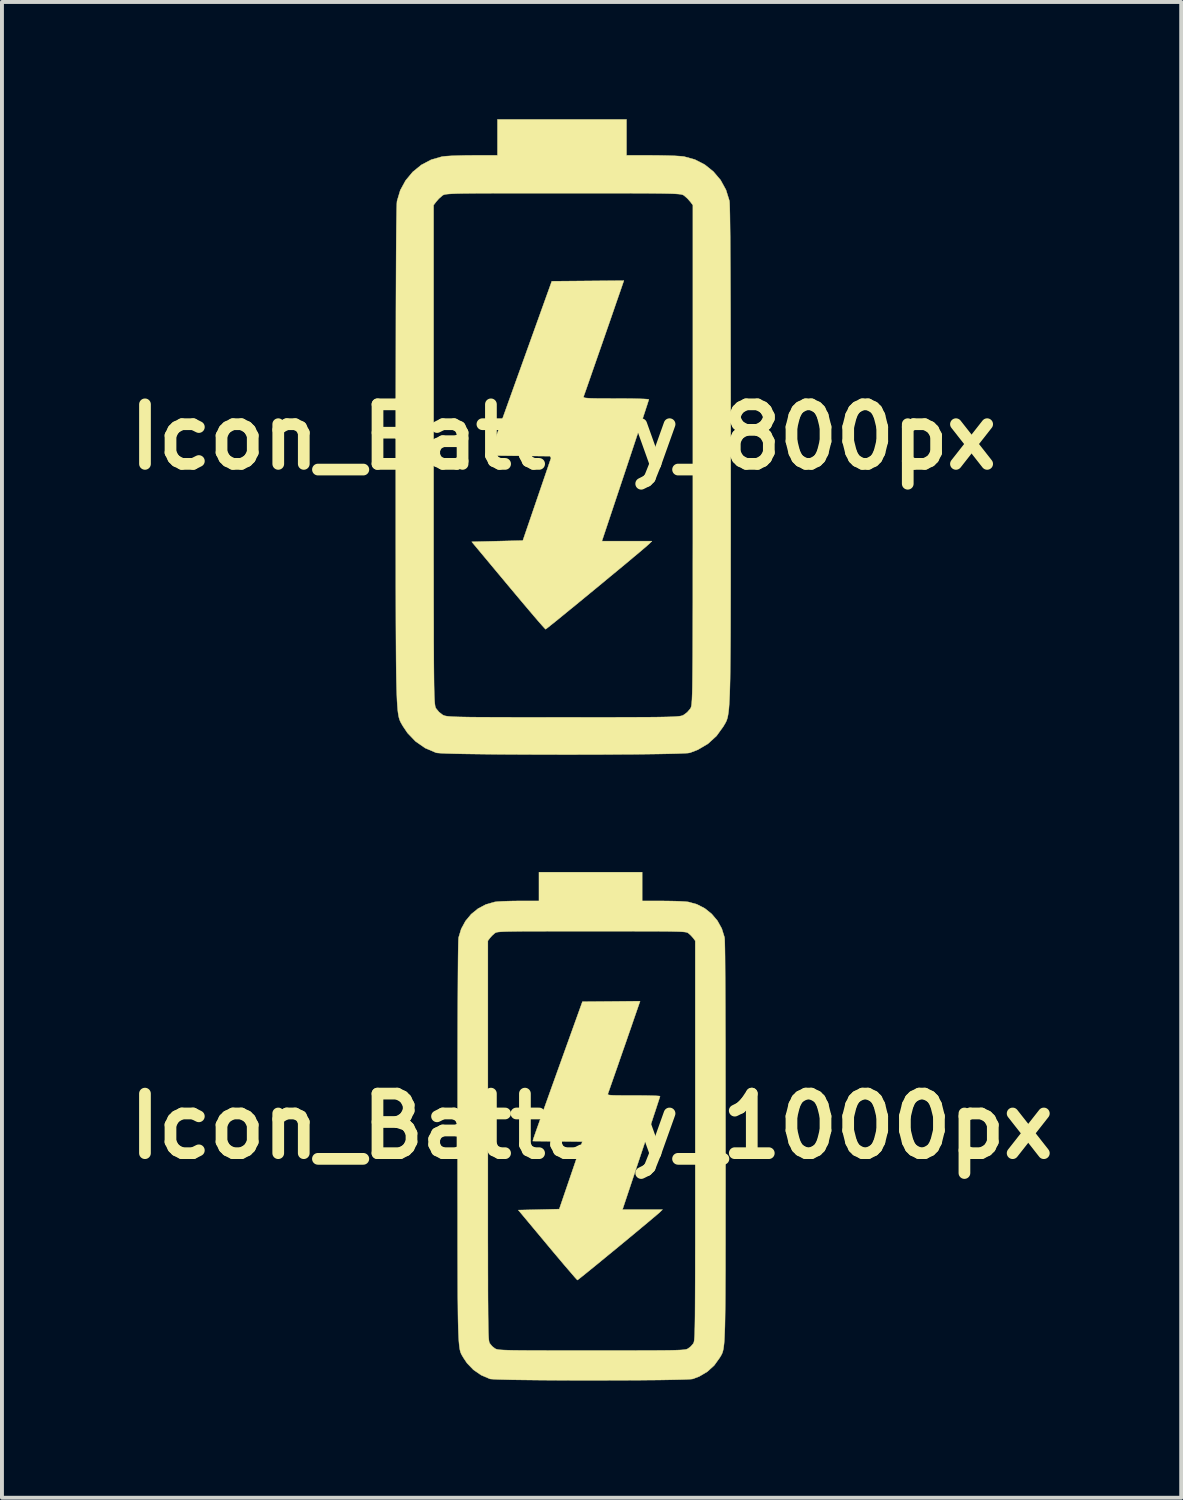
<source format=kicad_pcb>
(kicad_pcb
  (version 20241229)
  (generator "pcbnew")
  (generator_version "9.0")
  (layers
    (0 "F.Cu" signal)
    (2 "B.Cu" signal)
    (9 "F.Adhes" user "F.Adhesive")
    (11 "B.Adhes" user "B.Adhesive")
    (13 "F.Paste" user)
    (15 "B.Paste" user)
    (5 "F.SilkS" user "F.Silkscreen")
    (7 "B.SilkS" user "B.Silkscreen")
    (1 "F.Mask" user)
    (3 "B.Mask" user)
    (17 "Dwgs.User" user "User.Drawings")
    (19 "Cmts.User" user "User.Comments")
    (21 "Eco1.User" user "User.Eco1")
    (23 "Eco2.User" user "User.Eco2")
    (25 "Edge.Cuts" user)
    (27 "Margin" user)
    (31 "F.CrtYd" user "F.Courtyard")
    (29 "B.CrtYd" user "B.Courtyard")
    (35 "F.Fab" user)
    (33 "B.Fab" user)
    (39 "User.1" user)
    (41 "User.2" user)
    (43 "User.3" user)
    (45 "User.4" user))
  (footprint "Icon_Battery_800px"
    (layer "F.Cu")
    (at 11.365 8.133)
    (property "Reference" "Icon_Battery_800px" (at 0 0 0) (layer "F.SilkS") (effects (font (size 1.524 1.524) (thickness 0.3))))
    (attr through_hole)
    (fp_poly (pts (xy 1.462 -3.739) (xy 1.409 -3.587) (xy 1.344 -3.399) (xy 1.27 -3.183) (xy 1.188 -2.946) (xy 1.101 -2.696) (xy 1.012 -2.439) (xy 0.923 -2.184) (xy 0.837 -1.937) (xy 0.756 -1.705) (xy 0.684 -1.497) (xy 0.622 -1.319) (xy 0.573 -1.179) (xy 0.539 -1.084) (xy 0.524 -1.041) (xy 0.523 -1.04) (xy 0.52 -1.023) (xy 0.53 -1.01) (xy 0.56 -1) (xy 0.616 -0.994) (xy 0.706 -0.989) (xy 0.837 -0.986) (xy 1.015 -0.985) (xy 1.247 -0.984) (xy 1.346 -0.984) (xy 1.57 -0.983) (xy 1.772 -0.981) (xy 1.943 -0.977) (xy 2.075 -0.972) (xy 2.161 -0.966) (xy 2.191 -0.96) (xy 2.181 -0.926) (xy 2.153 -0.838) (xy 2.108 -0.7) (xy 2.048 -0.517) (xy 1.975 -0.296) (xy 1.891 -0.041) (xy 1.797 0.243) (xy 1.695 0.55) (xy 1.59 0.866) (xy 0.989 2.667) (xy 2.269 2.667) (xy 2.19 2.744) (xy 2.145 2.784) (xy 2.059 2.858) (xy 1.937 2.962) (xy 1.784 3.089) (xy 1.608 3.237) (xy 1.411 3.4) (xy 1.201 3.573) (xy 0.983 3.754) (xy 0.762 3.936) (xy 0.544 4.115) (xy 0.334 4.288) (xy 0.137 4.448) (xy -0.04 4.593) (xy -0.192 4.717) (xy -0.315 4.815) (xy -0.401 4.884) (xy -0.447 4.918) (xy -0.452 4.921) (xy -0.476 4.897) (xy -0.537 4.83) (xy -0.631 4.723) (xy -0.752 4.582) (xy -0.897 4.411) (xy -1.062 4.216) (xy -1.243 4) (xy -1.409 3.802) (xy -2.342 2.683) (xy -1.688 2.667) (xy -1.034 2.651) (xy -0.665 1.572) (xy -0.296 0.492) (xy -1.088 0.484) (xy -1.88 0.475) (xy -1.862 0.404) (xy -1.849 0.363) (xy -1.815 0.268) (xy -1.764 0.122) (xy -1.697 -0.069) (xy -1.615 -0.3) (xy -1.52 -0.566) (xy -1.414 -0.862) (xy -1.299 -1.183) (xy -1.176 -1.526) (xy -1.068 -1.826) (xy -0.293 -3.985) (xy 0.63 -3.993) (xy 1.552 -4.001) (xy 1.462 -3.739)) (stroke (width 0.01) (type solid)) (fill yes) (layer "F.SilkS"))
    (fp_poly (pts (xy 1.619 -7.207) (xy 2.262 -7.207) (xy 2.472 -7.205) (xy 2.673 -7.201) (xy 2.852 -7.195) (xy 2.995 -7.186) (xy 3.088 -7.177) (xy 3.092 -7.176) (xy 3.368 -7.1) (xy 3.621 -6.97) (xy 3.843 -6.792) (xy 4.027 -6.575) (xy 4.165 -6.324) (xy 4.251 -6.049) (xy 4.254 -6.036) (xy 4.258 -5.98) (xy 4.262 -5.861) (xy 4.266 -5.68) (xy 4.269 -5.435) (xy 4.273 -5.128) (xy 4.275 -4.76) (xy 4.278 -4.329) (xy 4.28 -3.837) (xy 4.282 -3.284) (xy 4.283 -2.67) (xy 4.284 -1.996) (xy 4.285 -1.261) (xy 4.286 -0.467) (xy 4.286 0.388) (xy 4.286 0.473) (xy 4.286 1.235) (xy 4.286 1.936) (xy 4.286 2.579) (xy 4.285 3.167) (xy 4.285 3.702) (xy 4.284 4.186) (xy 4.283 4.623) (xy 4.282 5.015) (xy 4.28 5.364) (xy 4.277 5.674) (xy 4.274 5.947) (xy 4.271 6.185) (xy 4.266 6.392) (xy 4.261 6.57) (xy 4.254 6.721) (xy 4.247 6.848) (xy 4.239 6.955) (xy 4.229 7.043) (xy 4.218 7.115) (xy 4.207 7.174) (xy 4.193 7.222) (xy 4.179 7.263) (xy 4.162 7.298) (xy 4.145 7.33) (xy 4.125 7.363) (xy 4.104 7.399) (xy 4.099 7.408) (xy 3.924 7.651) (xy 3.704 7.852) (xy 3.445 8.005) (xy 3.242 8.083) (xy 3.185 8.091) (xy 3.07 8.097) (xy 2.902 8.104) (xy 2.687 8.109) (xy 2.43 8.114) (xy 2.137 8.118) (xy 1.813 8.122) (xy 1.462 8.124) (xy 1.092 8.127) (xy 0.706 8.128) (xy 0.311 8.129) (xy -0.089 8.129) (xy -0.488 8.128) (xy -0.88 8.127) (xy -1.26 8.125) (xy -1.623 8.123) (xy -1.963 8.119) (xy -2.275 8.115) (xy -2.554 8.111) (xy -2.795 8.106) (xy -2.991 8.1) (xy -3.137 8.093) (xy -3.229 8.086) (xy -3.255 8.081) (xy -3.534 7.962) (xy -3.78 7.791) (xy -3.986 7.576) (xy -4.099 7.408) (xy -4.121 7.371) (xy -4.14 7.338) (xy -4.158 7.306) (xy -4.175 7.271) (xy -4.19 7.232) (xy -4.204 7.186) (xy -4.216 7.13) (xy -4.227 7.061) (xy -4.237 6.977) (xy -4.245 6.875) (xy -4.253 6.753) (xy -4.259 6.607) (xy -4.265 6.436) (xy -4.27 6.236) (xy -4.274 6.005) (xy -4.277 5.74) (xy -4.279 5.439) (xy -4.281 5.099) (xy -4.283 4.718) (xy -4.284 4.291) (xy -4.285 3.818) (xy -4.285 3.296) (xy -4.286 2.72) (xy -4.286 2.09) (xy -4.286 1.403) (xy -4.286 0.655) (xy -4.286 0.473) (xy -4.286 -0.387) (xy -4.285 -1.188) (xy -4.284 -1.928) (xy -4.283 -2.608) (xy -4.282 -3.228) (xy -4.28 -3.787) (xy -4.278 -4.285) (xy -4.276 -4.721) (xy -4.273 -5.096) (xy -4.27 -5.408) (xy -4.266 -5.659) (xy -4.263 -5.847) (xy -4.26 -5.933) (xy -3.318 -5.933) (xy -3.318 0.455) (xy -3.318 1.204) (xy -3.318 1.891) (xy -3.318 2.521) (xy -3.318 3.095) (xy -3.317 3.616) (xy -3.317 4.087) (xy -3.316 4.51) (xy -3.315 4.888) (xy -3.315 5.223) (xy -3.313 5.519) (xy -3.312 5.777) (xy -3.31 6.001) (xy -3.308 6.193) (xy -3.306 6.355) (xy -3.303 6.491) (xy -3.3 6.603) (xy -3.296 6.693) (xy -3.292 6.764) (xy -3.287 6.82) (xy -3.282 6.861) (xy -3.277 6.892) (xy -3.271 6.915) (xy -3.264 6.931) (xy -3.257 6.945) (xy -3.254 6.95) (xy -3.181 7.039) (xy -3.088 7.112) (xy -3.08 7.116) (xy -3.059 7.126) (xy -3.034 7.135) (xy -3 7.143) (xy -2.953 7.149) (xy -2.889 7.155) (xy -2.806 7.16) (xy -2.698 7.164) (xy -2.561 7.167) (xy -2.393 7.17) (xy -2.188 7.172) (xy -1.944 7.173) (xy -1.655 7.174) (xy -1.318 7.175) (xy -0.93 7.175) (xy -0.486 7.175) (xy -0.000001 7.176) (xy 0.502 7.175) (xy 0.944 7.175) (xy 1.331 7.175) (xy 1.666 7.174) (xy 1.953 7.173) (xy 2.196 7.172) (xy 2.399 7.17) (xy 2.567 7.167) (xy 2.702 7.164) (xy 2.809 7.16) (xy 2.892 7.155) (xy 2.955 7.149) (xy 3.001 7.143) (xy 3.035 7.135) (xy 3.06 7.126) (xy 3.08 7.116) (xy 3.173 7.047) (xy 3.25 6.957) (xy 3.254 6.95) (xy 3.262 6.936) (xy 3.269 6.921) (xy 3.275 6.901) (xy 3.281 6.873) (xy 3.286 6.835) (xy 3.29 6.785) (xy 3.295 6.72) (xy 3.298 6.636) (xy 3.302 6.532) (xy 3.305 6.405) (xy 3.307 6.252) (xy 3.309 6.07) (xy 3.311 5.858) (xy 3.313 5.612) (xy 3.314 5.329) (xy 3.315 5.008) (xy 3.316 4.645) (xy 3.317 4.238) (xy 3.317 3.784) (xy 3.317 3.281) (xy 3.318 2.725) (xy 3.318 2.115) (xy 3.318 1.447) (xy 3.318 0.72) (xy 3.318 0.455) (xy 3.318 -5.933) (xy 3.252 -6.02) (xy 3.177 -6.105) (xy 3.099 -6.173) (xy 3.084 -6.184) (xy 3.066 -6.194) (xy 3.042 -6.202) (xy 3.007 -6.21) (xy 2.958 -6.216) (xy 2.892 -6.221) (xy 2.804 -6.226) (xy 2.69 -6.229) (xy 2.546 -6.232) (xy 2.369 -6.234) (xy 2.155 -6.236) (xy 1.899 -6.237) (xy 1.599 -6.238) (xy 1.249 -6.239) (xy 0.847 -6.239) (xy 0.388 -6.239) (xy 0 -6.239) (xy -0.505 -6.239) (xy -0.949 -6.239) (xy -1.339 -6.238) (xy -1.676 -6.238) (xy -1.965 -6.237) (xy -2.21 -6.236) (xy -2.415 -6.234) (xy -2.584 -6.232) (xy -2.72 -6.229) (xy -2.827 -6.225) (xy -2.91 -6.22) (xy -2.972 -6.215) (xy -3.017 -6.208) (xy -3.048 -6.201) (xy -3.071 -6.192) (xy -3.088 -6.182) (xy -3.099 -6.173) (xy -3.184 -6.098) (xy -3.252 -6.02) (xy -3.318 -5.933) (xy -4.26 -5.933) (xy -4.259 -5.972) (xy -4.254 -6.033) (xy -4.254 -6.036) (xy -4.171 -6.313) (xy -4.034 -6.564) (xy -3.852 -6.783) (xy -3.632 -6.962) (xy -3.38 -7.095) (xy -3.105 -7.174) (xy -3.092 -7.176) (xy -3 -7.186) (xy -2.858 -7.195) (xy -2.682 -7.201) (xy -2.483 -7.206) (xy -2.294 -7.207) (xy -1.683 -7.207) (xy -1.683 -8.128) (xy 1.619 -8.128) (xy 1.619 -7.207)) (stroke (width 0.01) (type solid)) (fill yes) (layer "F.SilkS")))
  (footprint "Icon_Battery_1000px"
    (layer "F.Cu")
    (at 12.09 25.774)
    (property "Reference" "Icon_Battery_1000px" (at 0 0 0) (layer "F.SilkS") (effects (font (size 1.524 1.524) (thickness 0.3))))
    (attr through_hole)
    (fp_poly (pts (xy 1.169 -2.991) (xy 1.127 -2.869) (xy 1.075 -2.719) (xy 1.016 -2.546) (xy 0.95 -2.357) (xy 0.881 -2.156) (xy 0.809 -1.951) (xy 0.738 -1.747) (xy 0.67 -1.549) (xy 0.605 -1.364) (xy 0.547 -1.198) (xy 0.497 -1.055) (xy 0.458 -0.943) (xy 0.431 -0.867) (xy 0.419 -0.832) (xy 0.419 -0.832) (xy 0.416 -0.819) (xy 0.424 -0.808) (xy 0.448 -0.8) (xy 0.493 -0.795) (xy 0.565 -0.791) (xy 0.67 -0.789) (xy 0.812 -0.788) (xy 0.998 -0.787) (xy 1.077 -0.787) (xy 1.256 -0.787) (xy 1.418 -0.785) (xy 1.554 -0.782) (xy 1.66 -0.778) (xy 1.729 -0.773) (xy 1.753 -0.768) (xy 1.745 -0.741) (xy 1.722 -0.67) (xy 1.686 -0.56) (xy 1.639 -0.414) (xy 1.58 -0.237) (xy 1.513 -0.032) (xy 1.438 0.194) (xy 1.356 0.44) (xy 1.272 0.692) (xy 0.791 2.134) (xy 1.815 2.134) (xy 1.752 2.195) (xy 1.716 2.228) (xy 1.647 2.287) (xy 1.549 2.369) (xy 1.428 2.471) (xy 1.286 2.589) (xy 1.129 2.72) (xy 0.961 2.859) (xy 0.787 3.003) (xy 0.61 3.149) (xy 0.435 3.292) (xy 0.267 3.43) (xy 0.11 3.559) (xy -0.032 3.674) (xy -0.154 3.773) (xy -0.252 3.852) (xy -0.321 3.907) (xy -0.357 3.934) (xy -0.362 3.937) (xy -0.381 3.918) (xy -0.43 3.864) (xy -0.504 3.778) (xy -0.601 3.665) (xy -0.718 3.529) (xy -0.85 3.372) (xy -0.995 3.2) (xy -1.127 3.042) (xy -1.874 2.146) (xy -0.827 2.121) (xy -0.532 1.257) (xy -0.237 0.394) (xy -1.504 0.38) (xy -1.49 0.323) (xy -1.479 0.291) (xy -1.452 0.214) (xy -1.411 0.097) (xy -1.357 -0.055) (xy -1.292 -0.24) (xy -1.216 -0.452) (xy -1.131 -0.689) (xy -1.039 -0.947) (xy -0.941 -1.22) (xy -0.855 -1.46) (xy -0.234 -3.188) (xy 0.504 -3.194) (xy 1.242 -3.201) (xy 1.169 -2.991)) (stroke (width 0.01) (type solid)) (fill yes) (layer "F.SilkS"))
    (fp_poly (pts (xy 1.295 -5.766) (xy 1.81 -5.766) (xy 1.978 -5.764) (xy 2.138 -5.761) (xy 2.281 -5.756) (xy 2.396 -5.749) (xy 2.471 -5.741) (xy 2.474 -5.741) (xy 2.695 -5.68) (xy 2.897 -5.576) (xy 3.074 -5.434) (xy 3.221 -5.26) (xy 3.332 -5.06) (xy 3.401 -4.839) (xy 3.403 -4.829) (xy 3.407 -4.784) (xy 3.41 -4.689) (xy 3.413 -4.544) (xy 3.416 -4.348) (xy 3.418 -4.103) (xy 3.42 -3.808) (xy 3.422 -3.463) (xy 3.424 -3.07) (xy 3.425 -2.627) (xy 3.427 -2.136) (xy 3.427 -1.597) (xy 3.428 -1.009) (xy 3.428 -0.373) (xy 3.429 0.31) (xy 3.429 0.378) (xy 3.429 0.988) (xy 3.429 1.549) (xy 3.428 2.063) (xy 3.428 2.533) (xy 3.428 2.961) (xy 3.427 3.349) (xy 3.427 3.698) (xy 3.425 4.012) (xy 3.424 4.291) (xy 3.422 4.539) (xy 3.419 4.757) (xy 3.416 4.948) (xy 3.413 5.114) (xy 3.408 5.256) (xy 3.403 5.377) (xy 3.398 5.479) (xy 3.391 5.564) (xy 3.383 5.634) (xy 3.375 5.692) (xy 3.365 5.739) (xy 3.355 5.778) (xy 3.343 5.81) (xy 3.33 5.838) (xy 3.316 5.864) (xy 3.3 5.891) (xy 3.283 5.919) (xy 3.279 5.926) (xy 3.139 6.121) (xy 2.963 6.281) (xy 2.756 6.404) (xy 2.593 6.466) (xy 2.548 6.472) (xy 2.456 6.478) (xy 2.322 6.483) (xy 2.15 6.487) (xy 1.944 6.491) (xy 1.71 6.495) (xy 1.45 6.497) (xy 1.17 6.5) (xy 0.873 6.501) (xy 0.565 6.502) (xy 0.248 6.503) (xy -0.071 6.503) (xy -0.39 6.503) (xy -0.704 6.502) (xy -1.008 6.5) (xy -1.298 6.498) (xy -1.57 6.495) (xy -1.82 6.492) (xy -2.043 6.489) (xy -2.236 6.484) (xy -2.392 6.48) (xy -2.51 6.474) (xy -2.583 6.469) (xy -2.604 6.465) (xy -2.827 6.369) (xy -3.024 6.233) (xy -3.189 6.061) (xy -3.279 5.926) (xy -3.296 5.897) (xy -3.312 5.87) (xy -3.327 5.844) (xy -3.34 5.817) (xy -3.352 5.786) (xy -3.363 5.749) (xy -3.373 5.704) (xy -3.381 5.649) (xy -3.389 5.581) (xy -3.396 5.5) (xy -3.402 5.402) (xy -3.407 5.286) (xy -3.412 5.149) (xy -3.416 4.989) (xy -3.419 4.804) (xy -3.421 4.592) (xy -3.424 4.352) (xy -3.425 4.079) (xy -3.426 3.774) (xy -3.427 3.433) (xy -3.428 3.055) (xy -3.428 2.636) (xy -3.428 2.176) (xy -3.429 1.672) (xy -3.429 1.122) (xy -3.429 0.524) (xy -3.429 0.378) (xy -3.428 -0.31) (xy -3.428 -0.95) (xy -3.428 -1.543) (xy -3.427 -2.087) (xy -3.426 -2.582) (xy -3.424 -3.03) (xy -3.422 -3.428) (xy -3.42 -3.777) (xy -3.418 -4.077) (xy -3.416 -4.327) (xy -3.413 -4.527) (xy -3.41 -4.677) (xy -3.408 -4.746) (xy -2.654 -4.746) (xy -2.654 0.364) (xy -2.654 0.963) (xy -2.654 1.513) (xy -2.654 2.017) (xy -2.654 2.476) (xy -2.654 2.893) (xy -2.653 3.27) (xy -2.653 3.608) (xy -2.652 3.91) (xy -2.652 4.179) (xy -2.651 4.415) (xy -2.649 4.622) (xy -2.648 4.801) (xy -2.646 4.954) (xy -2.644 5.084) (xy -2.642 5.193) (xy -2.64 5.282) (xy -2.637 5.354) (xy -2.634 5.411) (xy -2.63 5.456) (xy -2.626 5.489) (xy -2.622 5.514) (xy -2.617 5.532) (xy -2.611 5.545) (xy -2.606 5.556) (xy -2.603 5.56) (xy -2.545 5.631) (xy -2.471 5.69) (xy -2.464 5.693) (xy -2.447 5.701) (xy -2.427 5.708) (xy -2.4 5.714) (xy -2.362 5.72) (xy -2.312 5.724) (xy -2.245 5.728) (xy -2.158 5.731) (xy -2.049 5.734) (xy -1.914 5.736) (xy -1.751 5.737) (xy -1.555 5.739) (xy -1.324 5.739) (xy -1.055 5.74) (xy -0.744 5.74) (xy -0.388 5.74) (xy -0.000001 5.74) (xy 0.401 5.74) (xy 0.755 5.74) (xy 1.065 5.74) (xy 1.332 5.739) (xy 1.562 5.739) (xy 1.757 5.737) (xy 1.919 5.736) (xy 2.053 5.734) (xy 2.162 5.731) (xy 2.247 5.728) (xy 2.314 5.724) (xy 2.364 5.719) (xy 2.401 5.714) (xy 2.428 5.708) (xy 2.448 5.701) (xy 2.464 5.693) (xy 2.538 5.638) (xy 2.6 5.566) (xy 2.603 5.56) (xy 2.609 5.549) (xy 2.615 5.537) (xy 2.62 5.521) (xy 2.624 5.498) (xy 2.629 5.468) (xy 2.632 5.428) (xy 2.636 5.376) (xy 2.639 5.309) (xy 2.641 5.226) (xy 2.644 5.124) (xy 2.646 5.001) (xy 2.648 4.856) (xy 2.649 4.686) (xy 2.65 4.49) (xy 2.651 4.264) (xy 2.652 4.006) (xy 2.653 3.716) (xy 2.653 3.39) (xy 2.654 3.027) (xy 2.654 2.625) (xy 2.654 2.18) (xy 2.654 1.692) (xy 2.654 1.158) (xy 2.654 0.576) (xy 2.654 0.364) (xy 2.654 -4.746) (xy 2.602 -4.816) (xy 2.541 -4.884) (xy 2.479 -4.939) (xy 2.467 -4.948) (xy 2.453 -4.955) (xy 2.433 -4.962) (xy 2.406 -4.968) (xy 2.367 -4.973) (xy 2.314 -4.977) (xy 2.243 -4.981) (xy 2.152 -4.983) (xy 2.037 -4.986) (xy 1.895 -4.988) (xy 1.724 -4.989) (xy 1.52 -4.99) (xy 1.279 -4.99) (xy 1 -4.991) (xy 0.678 -4.991) (xy 0.31 -4.991) (xy 0 -4.991) (xy -0.404 -4.991) (xy -0.76 -4.991) (xy -1.071 -4.991) (xy -1.341 -4.99) (xy -1.572 -4.99) (xy -1.768 -4.989) (xy -1.932 -4.987) (xy -2.067 -4.985) (xy -2.176 -4.983) (xy -2.262 -4.98) (xy -2.328 -4.976) (xy -2.377 -4.972) (xy -2.413 -4.967) (xy -2.439 -4.96) (xy -2.456 -4.953) (xy -2.47 -4.945) (xy -2.479 -4.939) (xy -2.547 -4.878) (xy -2.602 -4.816) (xy -2.654 -4.746) (xy -3.408 -4.746) (xy -3.407 -4.777) (xy -3.403 -4.827) (xy -3.403 -4.829) (xy -3.336 -5.05) (xy -3.227 -5.251) (xy -3.082 -5.426) (xy -2.905 -5.57) (xy -2.704 -5.676) (xy -2.484 -5.739) (xy -2.474 -5.741) (xy -2.4 -5.749) (xy -2.287 -5.756) (xy -2.145 -5.761) (xy -1.987 -5.765) (xy -1.835 -5.766) (xy -1.346 -5.766) (xy -1.346 -6.502) (xy 1.295 -6.502) (xy 1.295 -5.766)) (stroke (width 0.01) (type solid)) (fill yes) (layer "F.SilkS")))
  (gr_rect
    (start -3 -3)
    (end 27.181 35.282)
    (stroke (width 0.1) (type default))
    (fill no)
    (layer "Edge.Cuts")))
</source>
